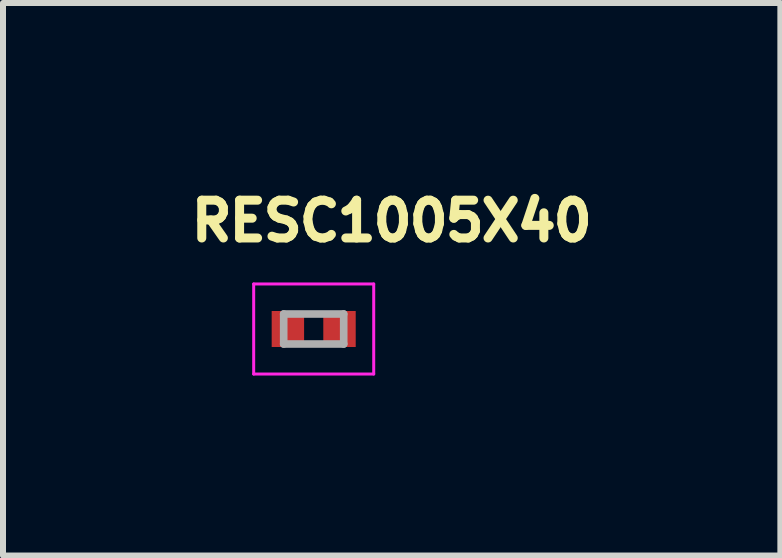
<source format=kicad_pcb>
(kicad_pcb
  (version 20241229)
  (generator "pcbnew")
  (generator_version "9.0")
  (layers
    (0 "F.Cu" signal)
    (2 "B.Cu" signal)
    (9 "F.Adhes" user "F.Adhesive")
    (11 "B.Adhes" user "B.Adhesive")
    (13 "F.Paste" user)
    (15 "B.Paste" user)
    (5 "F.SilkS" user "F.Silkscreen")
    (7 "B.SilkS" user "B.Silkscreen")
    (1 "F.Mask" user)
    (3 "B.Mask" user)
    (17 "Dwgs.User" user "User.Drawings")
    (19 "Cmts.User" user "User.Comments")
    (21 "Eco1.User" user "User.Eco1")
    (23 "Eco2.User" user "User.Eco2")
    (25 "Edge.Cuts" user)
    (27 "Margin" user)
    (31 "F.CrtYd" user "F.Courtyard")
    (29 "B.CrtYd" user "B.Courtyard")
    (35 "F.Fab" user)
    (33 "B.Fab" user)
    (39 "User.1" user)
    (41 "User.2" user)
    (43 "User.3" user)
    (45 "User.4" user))
  (footprint "RESC1005X40"
    (layer "F.Cu")
    (at 2.177 2.432)
    (property "Reference" "RESC1005X40" (at 1.3 -1.8 0) (layer "F.SilkS") (effects (font (size 0.63 0.63) (thickness 0.15))))
    (attr smd)
    (fp_line (start -1 -0.75) (end 1 -0.75) (stroke (width 0.05) (type solid)) (layer "F.CrtYd"))
    (fp_line (start -1 0.75) (end -1 -0.75) (stroke (width 0.05) (type solid)) (layer "F.CrtYd"))
    (fp_line (start 1 -0.75) (end 1 0.75) (stroke (width 0.05) (type solid)) (layer "F.CrtYd"))
    (fp_line (start 1 0.75) (end -1 0.75) (stroke (width 0.05) (type solid)) (layer "F.CrtYd"))
    (fp_line (start -0.5 -0.25) (end 0.5 -0.25) (stroke (width 0.127) (type solid)) (layer "F.Fab"))
    (fp_line (start -0.5 0.25) (end -0.5 -0.25) (stroke (width 0.127) (type solid)) (layer "F.Fab"))
    (fp_line (start 0.5 -0.25) (end 0.5 0.25) (stroke (width 0.127) (type solid)) (layer "F.Fab"))
    (fp_line (start 0.5 0.25) (end -0.5 0.25) (stroke (width 0.127) (type solid)) (layer "F.Fab"))
    (pad "1" smd rect (at -0.43 0) (size 0.54 0.6) (layers "F.Cu" "F.Mask" "F.Paste"))
    (pad "2" smd rect (at 0.43 0) (size 0.54 0.6) (layers "F.Cu" "F.Mask" "F.Paste")))
  (gr_rect
    (start -3 -3)
    (end 9.953 6.207)
    (stroke (width 0.1) (type default))
    (fill no)
    (layer "Edge.Cuts")))
</source>
